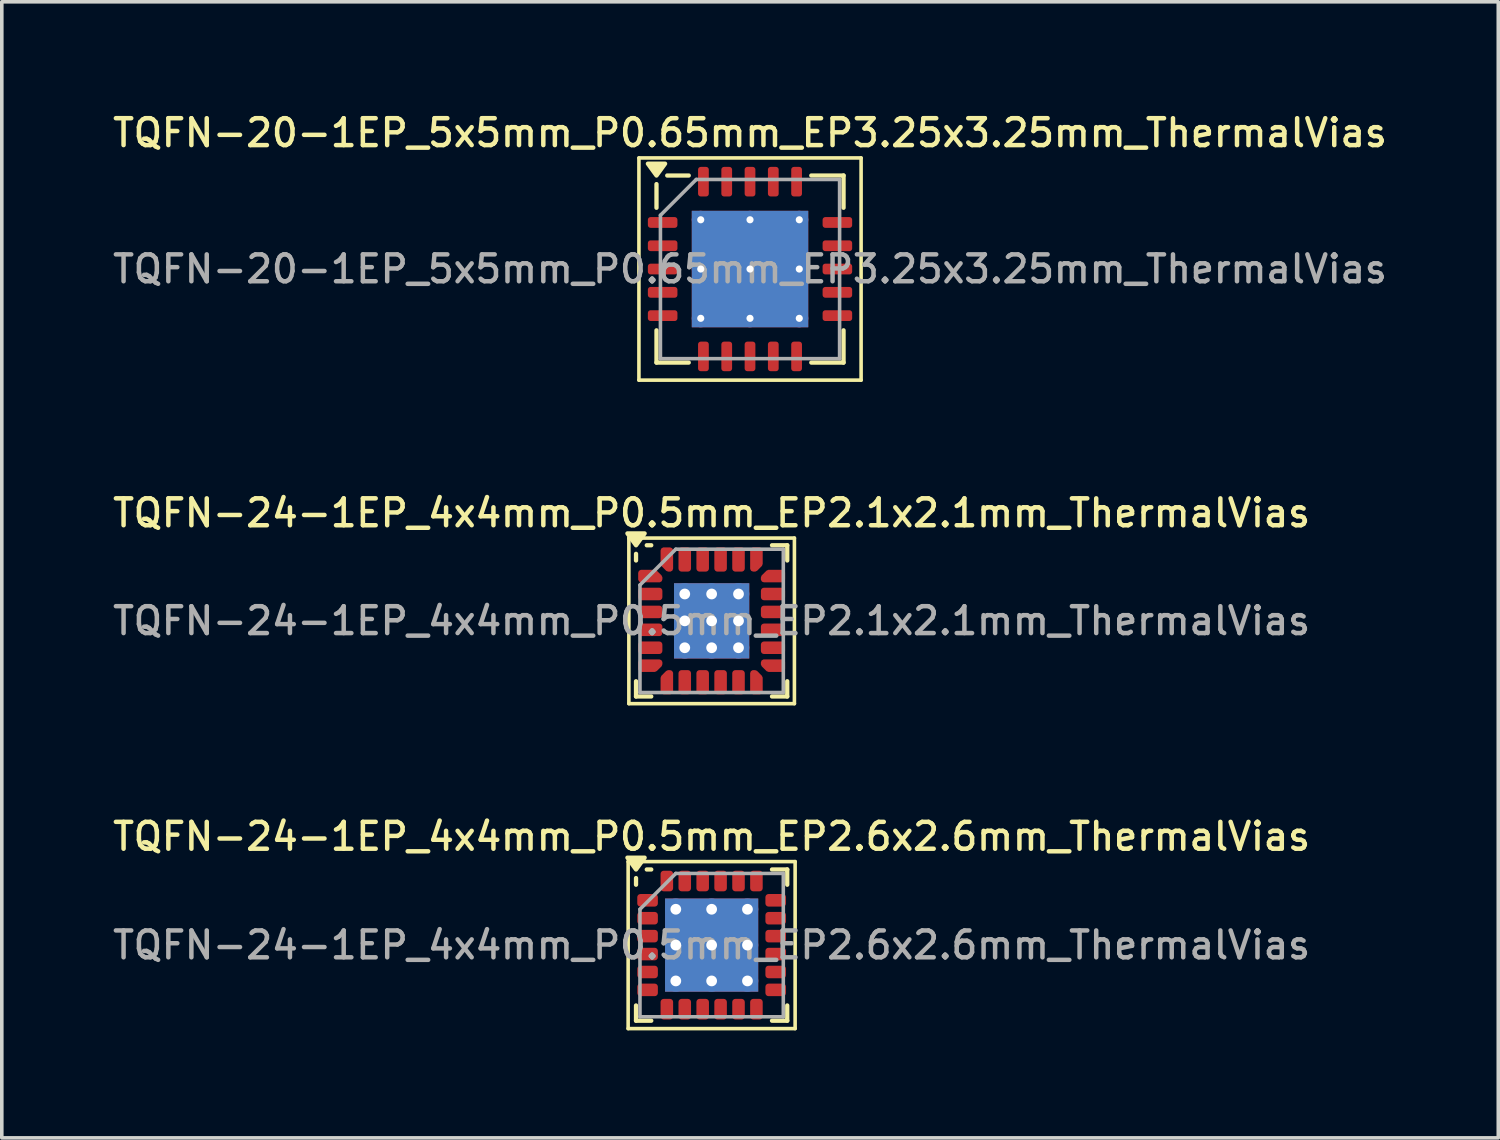
<source format=kicad_pcb>
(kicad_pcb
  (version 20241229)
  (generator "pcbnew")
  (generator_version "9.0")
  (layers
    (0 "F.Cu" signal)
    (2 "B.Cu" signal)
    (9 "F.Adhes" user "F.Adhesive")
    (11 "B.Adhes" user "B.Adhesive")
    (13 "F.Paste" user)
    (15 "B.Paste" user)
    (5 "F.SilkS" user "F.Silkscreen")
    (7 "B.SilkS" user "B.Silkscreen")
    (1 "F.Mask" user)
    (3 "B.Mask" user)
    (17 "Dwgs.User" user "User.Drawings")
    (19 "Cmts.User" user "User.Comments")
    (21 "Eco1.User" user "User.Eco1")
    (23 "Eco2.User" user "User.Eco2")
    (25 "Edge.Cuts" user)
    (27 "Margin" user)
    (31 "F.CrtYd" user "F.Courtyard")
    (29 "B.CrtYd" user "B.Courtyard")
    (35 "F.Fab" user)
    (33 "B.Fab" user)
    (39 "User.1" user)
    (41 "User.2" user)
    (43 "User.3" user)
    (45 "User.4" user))
  (footprint "TQFN-24-1EP_4x4mm_P0.5mm_EP2.1x2.1mm_ThermalVias"
    (layer "F.Cu")
    (at 16.809 14.276)
    (property "Reference" "TQFN-24-1EP_4x4mm_P0.5mm_EP2.1x2.1mm_ThermalVias" (at 0 -3.01 0) (layer "F.SilkS") (effects (font (size 0.75 0.75) (thickness 0.125))))
    (attr smd)
    (fp_line (start -2.31 -2.31) (end -2.31 2.31) (stroke (width 0.1) (type solid)) (layer "F.SilkS"))
    (fp_line (start -2.31 2.31) (end 2.31 2.31) (stroke (width 0.1) (type solid)) (layer "F.SilkS"))
    (fp_line (start -2.11 -1.685) (end -2.11 -1.87) (stroke (width 0.12) (type solid)) (layer "F.SilkS"))
    (fp_line (start -2.11 2.11) (end -2.11 1.685) (stroke (width 0.12) (type solid)) (layer "F.SilkS"))
    (fp_line (start -1.685 -2.11) (end -1.81 -2.11) (stroke (width 0.12) (type solid)) (layer "F.SilkS"))
    (fp_line (start -1.685 2.11) (end -2.11 2.11) (stroke (width 0.12) (type solid)) (layer "F.SilkS"))
    (fp_line (start 1.685 -2.11) (end 2.11 -2.11) (stroke (width 0.12) (type solid)) (layer "F.SilkS"))
    (fp_line (start 1.685 2.11) (end 2.11 2.11) (stroke (width 0.12) (type solid)) (layer "F.SilkS"))
    (fp_line (start 2.11 -2.11) (end 2.11 -1.685) (stroke (width 0.12) (type solid)) (layer "F.SilkS"))
    (fp_line (start 2.11 2.11) (end 2.11 1.685) (stroke (width 0.12) (type solid)) (layer "F.SilkS"))
    (fp_line (start 2.31 -2.31) (end -2.31 -2.31) (stroke (width 0.1) (type solid)) (layer "F.SilkS"))
    (fp_line (start 2.31 2.31) (end 2.31 -2.31) (stroke (width 0.1) (type solid)) (layer "F.SilkS"))
    (fp_poly (pts (xy -2.11 -2.11) (xy -2.35 -2.44) (xy -1.87 -2.44) (xy -2.11 -2.11)) (stroke (width 0.12) (type solid)) (fill yes) (layer "F.SilkS"))
    (fp_line (start -2 -1) (end -1 -2) (stroke (width 0.1) (type solid)) (layer "F.Fab"))
    (fp_line (start -2 2) (end -2 -1) (stroke (width 0.1) (type solid)) (layer "F.Fab"))
    (fp_line (start -1 -2) (end 2 -2) (stroke (width 0.1) (type solid)) (layer "F.Fab"))
    (fp_line (start 2 -2) (end 2 2) (stroke (width 0.1) (type solid)) (layer "F.Fab"))
    (fp_line (start 2 2) (end -2 2) (stroke (width 0.1) (type solid)) (layer "F.Fab"))
    (fp_text user "${REFERENCE}" (at 0 0 0) (layer "F.Fab") (effects (font (size 0.75 0.75) (thickness 0.125))))
    (pad "" smd roundrect (at -0.525 -0.525) (size 0.85 0.85) (layers "F.Paste") (roundrect_rratio 0.25))
    (pad "" smd roundrect (at -0.525 0.525) (size 0.85 0.85) (layers "F.Paste") (roundrect_rratio 0.25))
    (pad "" smd roundrect (at 0.525 -0.525) (size 0.85 0.85) (layers "F.Paste") (roundrect_rratio 0.25))
    (pad "" smd roundrect (at 0.525 0.525) (size 0.85 0.85) (layers "F.Paste") (roundrect_rratio 0.25))
    (pad "1" smd custom (at -1.712 -1.25) (size 0.223 0.223) (layers "F.Cu" "F.Mask" "F.Paste") (options (anchor circle)) (primitives (gr_poly (pts (xy -0.253 -0.09) (xy 0.122 -0.09) (xy 0.253 0.04) (xy 0.253 0.09) (xy -0.253 0.09)) (width 0.17) (fill yes))))
    (pad "2" smd roundrect (at -1.712 -0.75) (size 0.675 0.35) (layers "F.Cu" "F.Mask" "F.Paste") (roundrect_rratio 0.25))
    (pad "3" smd roundrect (at -1.712 -0.25) (size 0.675 0.35) (layers "F.Cu" "F.Mask" "F.Paste") (roundrect_rratio 0.25))
    (pad "4" smd roundrect (at -1.712 0.25) (size 0.675 0.35) (layers "F.Cu" "F.Mask" "F.Paste") (roundrect_rratio 0.25))
    (pad "5" smd roundrect (at -1.712 0.75) (size 0.675 0.35) (layers "F.Cu" "F.Mask" "F.Paste") (roundrect_rratio 0.25))
    (pad "6" smd custom (at -1.712 1.25) (size 0.223 0.223) (layers "F.Cu" "F.Mask" "F.Paste") (options (anchor circle)) (primitives (gr_poly (pts (xy -0.253 -0.09) (xy 0.253 -0.09) (xy 0.253 -0.04) (xy 0.122 0.09) (xy -0.253 0.09)) (width 0.17) (fill yes))))
    (pad "7" smd custom (at -1.25 1.712) (size 0.223 0.223) (layers "F.Cu" "F.Mask" "F.Paste") (options (anchor circle)) (primitives (gr_poly (pts (xy -0.09 -0.122) (xy 0.04 -0.253) (xy 0.09 -0.253) (xy 0.09 0.253) (xy -0.09 0.253)) (width 0.17) (fill yes))))
    (pad "8" smd roundrect (at -0.75 1.712) (size 0.35 0.675) (layers "F.Cu" "F.Mask" "F.Paste") (roundrect_rratio 0.25))
    (pad "9" smd roundrect (at -0.25 1.712) (size 0.35 0.675) (layers "F.Cu" "F.Mask" "F.Paste") (roundrect_rratio 0.25))
    (pad "10" smd roundrect (at 0.25 1.712) (size 0.35 0.675) (layers "F.Cu" "F.Mask" "F.Paste") (roundrect_rratio 0.25))
    (pad "11" smd roundrect (at 0.75 1.712) (size 0.35 0.675) (layers "F.Cu" "F.Mask" "F.Paste") (roundrect_rratio 0.25))
    (pad "12" smd custom (at 1.25 1.712) (size 0.223 0.223) (layers "F.Cu" "F.Mask" "F.Paste") (options (anchor circle)) (primitives (gr_poly (pts (xy -0.09 -0.253) (xy -0.04 -0.253) (xy 0.09 -0.122) (xy 0.09 0.253) (xy -0.09 0.253)) (width 0.17) (fill yes))))
    (pad "13" smd custom (at 1.712 1.25) (size 0.223 0.223) (layers "F.Cu" "F.Mask" "F.Paste") (options (anchor circle)) (primitives (gr_poly (pts (xy -0.253 -0.09) (xy 0.253 -0.09) (xy 0.253 0.09) (xy -0.122 0.09) (xy -0.253 -0.04)) (width 0.17) (fill yes))))
    (pad "14" smd roundrect (at 1.712 0.75) (size 0.675 0.35) (layers "F.Cu" "F.Mask" "F.Paste") (roundrect_rratio 0.25))
    (pad "15" smd roundrect (at 1.712 0.25) (size 0.675 0.35) (layers "F.Cu" "F.Mask" "F.Paste") (roundrect_rratio 0.25))
    (pad "16" smd roundrect (at 1.712 -0.25) (size 0.675 0.35) (layers "F.Cu" "F.Mask" "F.Paste") (roundrect_rratio 0.25))
    (pad "17" smd roundrect (at 1.712 -0.75) (size 0.675 0.35) (layers "F.Cu" "F.Mask" "F.Paste") (roundrect_rratio 0.25))
    (pad "18" smd custom (at 1.712 -1.25) (size 0.223 0.223) (layers "F.Cu" "F.Mask" "F.Paste") (options (anchor circle)) (primitives (gr_poly (pts (xy -0.253 0.04) (xy -0.122 -0.09) (xy 0.253 -0.09) (xy 0.253 0.09) (xy -0.253 0.09)) (width 0.17) (fill yes))))
    (pad "19" smd custom (at 1.25 -1.712) (size 0.223 0.223) (layers "F.Cu" "F.Mask" "F.Paste") (options (anchor circle)) (primitives (gr_poly (pts (xy -0.09 -0.253) (xy 0.09 -0.253) (xy 0.09 0.122) (xy -0.04 0.253) (xy -0.09 0.253)) (width 0.17) (fill yes))))
    (pad "20" smd roundrect (at 0.75 -1.712) (size 0.35 0.675) (layers "F.Cu" "F.Mask" "F.Paste") (roundrect_rratio 0.25))
    (pad "21" smd roundrect (at 0.25 -1.712) (size 0.35 0.675) (layers "F.Cu" "F.Mask" "F.Paste") (roundrect_rratio 0.25))
    (pad "22" smd roundrect (at -0.25 -1.712) (size 0.35 0.675) (layers "F.Cu" "F.Mask" "F.Paste") (roundrect_rratio 0.25))
    (pad "23" smd roundrect (at -0.75 -1.712) (size 0.35 0.675) (layers "F.Cu" "F.Mask" "F.Paste") (roundrect_rratio 0.25))
    (pad "24" smd custom (at -1.25 -1.712) (size 0.223 0.223) (layers "F.Cu" "F.Mask" "F.Paste") (options (anchor circle)) (primitives (gr_poly (pts (xy -0.09 -0.253) (xy 0.09 -0.253) (xy 0.09 0.253) (xy 0.04 0.253) (xy -0.09 0.122)) (width 0.17) (fill yes))))
    (pad "25" thru_hole circle (at -0.75 -0.75) (size 0.6 0.6) (drill 0.3) (property pad_prop_heatsink) (layers "*.Cu"))
    (pad "25" thru_hole circle (at -0.75 0) (size 0.6 0.6) (drill 0.3) (property pad_prop_heatsink) (layers "*.Cu"))
    (pad "25" thru_hole circle (at -0.75 0.75) (size 0.6 0.6) (drill 0.3) (property pad_prop_heatsink) (layers "*.Cu"))
    (pad "25" thru_hole circle (at 0 -0.75) (size 0.6 0.6) (drill 0.3) (property pad_prop_heatsink) (layers "*.Cu"))
    (pad "25" thru_hole circle (at 0 0) (size 0.6 0.6) (drill 0.3) (property pad_prop_heatsink) (layers "*.Cu"))
    (pad "25" smd rect (at 0 0) (size 2.1 2.1) (property pad_prop_heatsink) (layers "F.Cu" "F.Mask"))
    (pad "25" smd rect (at 0 0) (size 2.1 2.1) (property pad_prop_heatsink) (layers "B.Cu"))
    (pad "25" thru_hole circle (at 0 0.75) (size 0.6 0.6) (drill 0.3) (property pad_prop_heatsink) (layers "*.Cu"))
    (pad "25" thru_hole circle (at 0.75 -0.75) (size 0.6 0.6) (drill 0.3) (property pad_prop_heatsink) (layers "*.Cu"))
    (pad "25" thru_hole circle (at 0.75 0) (size 0.6 0.6) (drill 0.3) (property pad_prop_heatsink) (layers "*.Cu"))
    (pad "25" thru_hole circle (at 0.75 0.75) (size 0.6 0.6) (drill 0.3) (property pad_prop_heatsink) (layers "*.Cu")))
  (footprint "TQFN-20-1EP_5x5mm_P0.65mm_EP3.25x3.25mm_ThermalVias"
    (layer "F.Cu")
    (at 17.88 4.458)
    (property "Reference" "TQFN-20-1EP_5x5mm_P0.65mm_EP3.25x3.25mm_ThermalVias" (at 0 -3.8 0) (layer "F.SilkS") (effects (font (size 0.75 0.75) (thickness 0.125))))
    (attr smd)
    (fp_line (start -3.1 -3.1) (end -3.1 3.1) (stroke (width 0.1) (type solid)) (layer "F.SilkS"))
    (fp_line (start -3.1 3.1) (end 3.1 3.1) (stroke (width 0.1) (type solid)) (layer "F.SilkS"))
    (fp_line (start -2.61 -1.71) (end -2.61 -2.37) (stroke (width 0.12) (type solid)) (layer "F.SilkS"))
    (fp_line (start -2.61 2.61) (end -2.61 1.71) (stroke (width 0.12) (type solid)) (layer "F.SilkS"))
    (fp_line (start -1.71 -2.61) (end -2.31 -2.61) (stroke (width 0.12) (type solid)) (layer "F.SilkS"))
    (fp_line (start -1.71 2.61) (end -2.61 2.61) (stroke (width 0.12) (type solid)) (layer "F.SilkS"))
    (fp_line (start 1.71 -2.61) (end 2.61 -2.61) (stroke (width 0.12) (type solid)) (layer "F.SilkS"))
    (fp_line (start 1.71 2.61) (end 2.61 2.61) (stroke (width 0.12) (type solid)) (layer "F.SilkS"))
    (fp_line (start 2.61 -2.61) (end 2.61 -1.71) (stroke (width 0.12) (type solid)) (layer "F.SilkS"))
    (fp_line (start 2.61 2.61) (end 2.61 1.71) (stroke (width 0.12) (type solid)) (layer "F.SilkS"))
    (fp_line (start 3.1 -3.1) (end -3.1 -3.1) (stroke (width 0.1) (type solid)) (layer "F.SilkS"))
    (fp_line (start 3.1 3.1) (end 3.1 -3.1) (stroke (width 0.1) (type solid)) (layer "F.SilkS"))
    (fp_poly (pts (xy -2.61 -2.61) (xy -2.85 -2.94) (xy -2.37 -2.94) (xy -2.61 -2.61)) (stroke (width 0.12) (type solid)) (fill yes) (layer "F.SilkS"))
    (fp_line (start -2.5 -1.5) (end -1.5 -2.5) (stroke (width 0.1) (type solid)) (layer "F.Fab"))
    (fp_line (start -2.5 2.5) (end -2.5 -1.5) (stroke (width 0.1) (type solid)) (layer "F.Fab"))
    (fp_line (start -1.5 -2.5) (end 2.5 -2.5) (stroke (width 0.1) (type solid)) (layer "F.Fab"))
    (fp_line (start 2.5 -2.5) (end 2.5 2.5) (stroke (width 0.1) (type solid)) (layer "F.Fab"))
    (fp_line (start 2.5 2.5) (end -2.5 2.5) (stroke (width 0.1) (type solid)) (layer "F.Fab"))
    (fp_text user "${REFERENCE}" (at 0 0 0) (layer "F.Fab") (effects (font (size 0.75 0.75) (thickness 0.125))))
    (pad "" smd roundrect (at -0.81 -0.81) (size 1.41 1.41) (layers "F.Paste") (roundrect_rratio 0.177))
    (pad "" smd roundrect (at -0.81 0.81) (size 1.41 1.41) (layers "F.Paste") (roundrect_rratio 0.177))
    (pad "" smd roundrect (at 0.81 -0.81) (size 1.41 1.41) (layers "F.Paste") (roundrect_rratio 0.177))
    (pad "" smd roundrect (at 0.81 0.81) (size 1.41 1.41) (layers "F.Paste") (roundrect_rratio 0.177))
    (pad "1" smd roundrect (at -2.438 -1.3) (size 0.825 0.3) (layers "F.Cu" "F.Mask" "F.Paste") (roundrect_rratio 0.25))
    (pad "2" smd roundrect (at -2.438 -0.65) (size 0.825 0.3) (layers "F.Cu" "F.Mask" "F.Paste") (roundrect_rratio 0.25))
    (pad "3" smd roundrect (at -2.438 0) (size 0.825 0.3) (layers "F.Cu" "F.Mask" "F.Paste") (roundrect_rratio 0.25))
    (pad "4" smd roundrect (at -2.438 0.65) (size 0.825 0.3) (layers "F.Cu" "F.Mask" "F.Paste") (roundrect_rratio 0.25))
    (pad "5" smd roundrect (at -2.438 1.3) (size 0.825 0.3) (layers "F.Cu" "F.Mask" "F.Paste") (roundrect_rratio 0.25))
    (pad "6" smd roundrect (at -1.3 2.438) (size 0.3 0.825) (layers "F.Cu" "F.Mask" "F.Paste") (roundrect_rratio 0.25))
    (pad "7" smd roundrect (at -0.65 2.438) (size 0.3 0.825) (layers "F.Cu" "F.Mask" "F.Paste") (roundrect_rratio 0.25))
    (pad "8" smd roundrect (at 0 2.438) (size 0.3 0.825) (layers "F.Cu" "F.Mask" "F.Paste") (roundrect_rratio 0.25))
    (pad "9" smd roundrect (at 0.65 2.438) (size 0.3 0.825) (layers "F.Cu" "F.Mask" "F.Paste") (roundrect_rratio 0.25))
    (pad "10" smd roundrect (at 1.3 2.438) (size 0.3 0.825) (layers "F.Cu" "F.Mask" "F.Paste") (roundrect_rratio 0.25))
    (pad "11" smd roundrect (at 2.438 1.3) (size 0.825 0.3) (layers "F.Cu" "F.Mask" "F.Paste") (roundrect_rratio 0.25))
    (pad "12" smd roundrect (at 2.438 0.65) (size 0.825 0.3) (layers "F.Cu" "F.Mask" "F.Paste") (roundrect_rratio 0.25))
    (pad "13" smd roundrect (at 2.438 0) (size 0.825 0.3) (layers "F.Cu" "F.Mask" "F.Paste") (roundrect_rratio 0.25))
    (pad "14" smd roundrect (at 2.438 -0.65) (size 0.825 0.3) (layers "F.Cu" "F.Mask" "F.Paste") (roundrect_rratio 0.25))
    (pad "15" smd roundrect (at 2.438 -1.3) (size 0.825 0.3) (layers "F.Cu" "F.Mask" "F.Paste") (roundrect_rratio 0.25))
    (pad "16" smd roundrect (at 1.3 -2.438) (size 0.3 0.825) (layers "F.Cu" "F.Mask" "F.Paste") (roundrect_rratio 0.25))
    (pad "17" smd roundrect (at 0.65 -2.438) (size 0.3 0.825) (layers "F.Cu" "F.Mask" "F.Paste") (roundrect_rratio 0.25))
    (pad "18" smd roundrect (at 0 -2.438) (size 0.3 0.825) (layers "F.Cu" "F.Mask" "F.Paste") (roundrect_rratio 0.25))
    (pad "19" smd roundrect (at -0.65 -2.438) (size 0.3 0.825) (layers "F.Cu" "F.Mask" "F.Paste") (roundrect_rratio 0.25))
    (pad "20" smd roundrect (at -1.3 -2.438) (size 0.3 0.825) (layers "F.Cu" "F.Mask" "F.Paste") (roundrect_rratio 0.25))
    (pad "21" thru_hole circle (at -1.375 -1.375) (size 0.5 0.5) (drill 0.2) (property pad_prop_heatsink) (layers "*.Cu"))
    (pad "21" thru_hole circle (at -1.375 0) (size 0.5 0.5) (drill 0.2) (property pad_prop_heatsink) (layers "*.Cu"))
    (pad "21" thru_hole circle (at -1.375 1.375) (size 0.5 0.5) (drill 0.2) (property pad_prop_heatsink) (layers "*.Cu"))
    (pad "21" thru_hole circle (at 0 -1.375) (size 0.5 0.5) (drill 0.2) (property pad_prop_heatsink) (layers "*.Cu"))
    (pad "21" thru_hole circle (at 0 0) (size 0.5 0.5) (drill 0.2) (property pad_prop_heatsink) (layers "*.Cu"))
    (pad "21" smd rect (at 0 0) (size 3.25 3.25) (property pad_prop_heatsink) (layers "F.Cu" "F.Mask"))
    (pad "21" smd rect (at 0 0) (size 3.25 3.25) (property pad_prop_heatsink) (layers "B.Cu"))
    (pad "21" thru_hole circle (at 0 1.375) (size 0.5 0.5) (drill 0.2) (property pad_prop_heatsink) (layers "*.Cu"))
    (pad "21" thru_hole circle (at 1.375 -1.375) (size 0.5 0.5) (drill 0.2) (property pad_prop_heatsink) (layers "*.Cu"))
    (pad "21" thru_hole circle (at 1.375 0) (size 0.5 0.5) (drill 0.2) (property pad_prop_heatsink) (layers "*.Cu"))
    (pad "21" thru_hole circle (at 1.375 1.375) (size 0.5 0.5) (drill 0.2) (property pad_prop_heatsink) (layers "*.Cu")))
  (footprint "TQFN-24-1EP_4x4mm_P0.5mm_EP2.6x2.6mm_ThermalVias"
    (layer "F.Cu")
    (at 16.809 23.324)
    (property "Reference" "TQFN-24-1EP_4x4mm_P0.5mm_EP2.6x2.6mm_ThermalVias" (at 0 -3.03 0) (layer "F.SilkS") (effects (font (size 0.75 0.75) (thickness 0.125))))
    (attr smd)
    (fp_line (start -2.33 -2.33) (end -2.33 2.33) (stroke (width 0.1) (type solid)) (layer "F.SilkS"))
    (fp_line (start -2.33 2.33) (end 2.33 2.33) (stroke (width 0.1) (type solid)) (layer "F.SilkS"))
    (fp_line (start -2.11 -1.685) (end -2.11 -1.87) (stroke (width 0.12) (type solid)) (layer "F.SilkS"))
    (fp_line (start -2.11 2.11) (end -2.11 1.685) (stroke (width 0.12) (type solid)) (layer "F.SilkS"))
    (fp_line (start -1.685 -2.11) (end -1.81 -2.11) (stroke (width 0.12) (type solid)) (layer "F.SilkS"))
    (fp_line (start -1.685 2.11) (end -2.11 2.11) (stroke (width 0.12) (type solid)) (layer "F.SilkS"))
    (fp_line (start 1.685 -2.11) (end 2.11 -2.11) (stroke (width 0.12) (type solid)) (layer "F.SilkS"))
    (fp_line (start 1.685 2.11) (end 2.11 2.11) (stroke (width 0.12) (type solid)) (layer "F.SilkS"))
    (fp_line (start 2.11 -2.11) (end 2.11 -1.685) (stroke (width 0.12) (type solid)) (layer "F.SilkS"))
    (fp_line (start 2.11 2.11) (end 2.11 1.685) (stroke (width 0.12) (type solid)) (layer "F.SilkS"))
    (fp_line (start 2.33 -2.33) (end -2.33 -2.33) (stroke (width 0.1) (type solid)) (layer "F.SilkS"))
    (fp_line (start 2.33 2.33) (end 2.33 -2.33) (stroke (width 0.1) (type solid)) (layer "F.SilkS"))
    (fp_poly (pts (xy -2.11 -2.11) (xy -2.35 -2.44) (xy -1.87 -2.44) (xy -2.11 -2.11)) (stroke (width 0.12) (type solid)) (fill yes) (layer "F.SilkS"))
    (fp_line (start -2 -1) (end -1 -2) (stroke (width 0.1) (type solid)) (layer "F.Fab"))
    (fp_line (start -2 2) (end -2 -1) (stroke (width 0.1) (type solid)) (layer "F.Fab"))
    (fp_line (start -1 -2) (end 2 -2) (stroke (width 0.1) (type solid)) (layer "F.Fab"))
    (fp_line (start 2 -2) (end 2 2) (stroke (width 0.1) (type solid)) (layer "F.Fab"))
    (fp_line (start 2 2) (end -2 2) (stroke (width 0.1) (type solid)) (layer "F.Fab"))
    (fp_text user "${REFERENCE}" (at 0 0 0) (layer "F.Fab") (effects (font (size 0.75 0.75) (thickness 0.125))))
    (pad "" smd roundrect (at -0.65 -0.65) (size 1.05 1.05) (layers "F.Paste") (roundrect_rratio 0.238))
    (pad "" smd roundrect (at -0.65 0.65) (size 1.05 1.05) (layers "F.Paste") (roundrect_rratio 0.238))
    (pad "" smd roundrect (at 0.65 -0.65) (size 1.05 1.05) (layers "F.Paste") (roundrect_rratio 0.238))
    (pad "" smd roundrect (at 0.65 0.65) (size 1.05 1.05) (layers "F.Paste") (roundrect_rratio 0.238))
    (pad "1" smd roundrect (at -1.788 -1.25) (size 0.575 0.35) (layers "F.Cu" "F.Mask" "F.Paste") (roundrect_rratio 0.25))
    (pad "2" smd roundrect (at -1.788 -0.75) (size 0.575 0.35) (layers "F.Cu" "F.Mask" "F.Paste") (roundrect_rratio 0.25))
    (pad "3" smd roundrect (at -1.788 -0.25) (size 0.575 0.35) (layers "F.Cu" "F.Mask" "F.Paste") (roundrect_rratio 0.25))
    (pad "4" smd roundrect (at -1.788 0.25) (size 0.575 0.35) (layers "F.Cu" "F.Mask" "F.Paste") (roundrect_rratio 0.25))
    (pad "5" smd roundrect (at -1.788 0.75) (size 0.575 0.35) (layers "F.Cu" "F.Mask" "F.Paste") (roundrect_rratio 0.25))
    (pad "6" smd roundrect (at -1.788 1.25) (size 0.575 0.35) (layers "F.Cu" "F.Mask" "F.Paste") (roundrect_rratio 0.25))
    (pad "7" smd roundrect (at -1.25 1.788) (size 0.35 0.575) (layers "F.Cu" "F.Mask" "F.Paste") (roundrect_rratio 0.25))
    (pad "8" smd roundrect (at -0.75 1.788) (size 0.35 0.575) (layers "F.Cu" "F.Mask" "F.Paste") (roundrect_rratio 0.25))
    (pad "9" smd roundrect (at -0.25 1.788) (size 0.35 0.575) (layers "F.Cu" "F.Mask" "F.Paste") (roundrect_rratio 0.25))
    (pad "10" smd roundrect (at 0.25 1.788) (size 0.35 0.575) (layers "F.Cu" "F.Mask" "F.Paste") (roundrect_rratio 0.25))
    (pad "11" smd roundrect (at 0.75 1.788) (size 0.35 0.575) (layers "F.Cu" "F.Mask" "F.Paste") (roundrect_rratio 0.25))
    (pad "12" smd roundrect (at 1.25 1.788) (size 0.35 0.575) (layers "F.Cu" "F.Mask" "F.Paste") (roundrect_rratio 0.25))
    (pad "13" smd roundrect (at 1.788 1.25) (size 0.575 0.35) (layers "F.Cu" "F.Mask" "F.Paste") (roundrect_rratio 0.25))
    (pad "14" smd roundrect (at 1.788 0.75) (size 0.575 0.35) (layers "F.Cu" "F.Mask" "F.Paste") (roundrect_rratio 0.25))
    (pad "15" smd roundrect (at 1.788 0.25) (size 0.575 0.35) (layers "F.Cu" "F.Mask" "F.Paste") (roundrect_rratio 0.25))
    (pad "16" smd roundrect (at 1.788 -0.25) (size 0.575 0.35) (layers "F.Cu" "F.Mask" "F.Paste") (roundrect_rratio 0.25))
    (pad "17" smd roundrect (at 1.788 -0.75) (size 0.575 0.35) (layers "F.Cu" "F.Mask" "F.Paste") (roundrect_rratio 0.25))
    (pad "18" smd roundrect (at 1.788 -1.25) (size 0.575 0.35) (layers "F.Cu" "F.Mask" "F.Paste") (roundrect_rratio 0.25))
    (pad "19" smd roundrect (at 1.25 -1.788) (size 0.35 0.575) (layers "F.Cu" "F.Mask" "F.Paste") (roundrect_rratio 0.25))
    (pad "20" smd roundrect (at 0.75 -1.788) (size 0.35 0.575) (layers "F.Cu" "F.Mask" "F.Paste") (roundrect_rratio 0.25))
    (pad "21" smd roundrect (at 0.25 -1.788) (size 0.35 0.575) (layers "F.Cu" "F.Mask" "F.Paste") (roundrect_rratio 0.25))
    (pad "22" smd roundrect (at -0.25 -1.788) (size 0.35 0.575) (layers "F.Cu" "F.Mask" "F.Paste") (roundrect_rratio 0.25))
    (pad "23" smd roundrect (at -0.75 -1.788) (size 0.35 0.575) (layers "F.Cu" "F.Mask" "F.Paste") (roundrect_rratio 0.25))
    (pad "24" smd roundrect (at -1.25 -1.788) (size 0.35 0.575) (layers "F.Cu" "F.Mask" "F.Paste") (roundrect_rratio 0.25))
    (pad "25" thru_hole circle (at -1 -1) (size 0.6 0.6) (drill 0.3) (property pad_prop_heatsink) (layers "*.Cu"))
    (pad "25" thru_hole circle (at -1 0) (size 0.6 0.6) (drill 0.3) (property pad_prop_heatsink) (layers "*.Cu"))
    (pad "25" thru_hole circle (at -1 1) (size 0.6 0.6) (drill 0.3) (property pad_prop_heatsink) (layers "*.Cu"))
    (pad "25" thru_hole circle (at 0 -1) (size 0.6 0.6) (drill 0.3) (property pad_prop_heatsink) (layers "*.Cu"))
    (pad "25" thru_hole circle (at 0 0) (size 0.6 0.6) (drill 0.3) (property pad_prop_heatsink) (layers "*.Cu"))
    (pad "25" smd rect (at 0 0) (size 2.6 2.6) (property pad_prop_heatsink) (layers "F.Cu" "F.Mask"))
    (pad "25" smd rect (at 0 0) (size 2.6 2.6) (property pad_prop_heatsink) (layers "B.Cu"))
    (pad "25" thru_hole circle (at 0 1) (size 0.6 0.6) (drill 0.3) (property pad_prop_heatsink) (layers "*.Cu"))
    (pad "25" thru_hole circle (at 1 -1) (size 0.6 0.6) (drill 0.3) (property pad_prop_heatsink) (layers "*.Cu"))
    (pad "25" thru_hole circle (at 1 0) (size 0.6 0.6) (drill 0.3) (property pad_prop_heatsink) (layers "*.Cu"))
    (pad "25" thru_hole circle (at 1 1) (size 0.6 0.6) (drill 0.3) (property pad_prop_heatsink) (layers "*.Cu")))
  (gr_rect
    (start -3 -3)
    (end 38.761 28.704)
    (stroke (width 0.1) (type default))
    (fill no)
    (layer "Edge.Cuts")))
</source>
